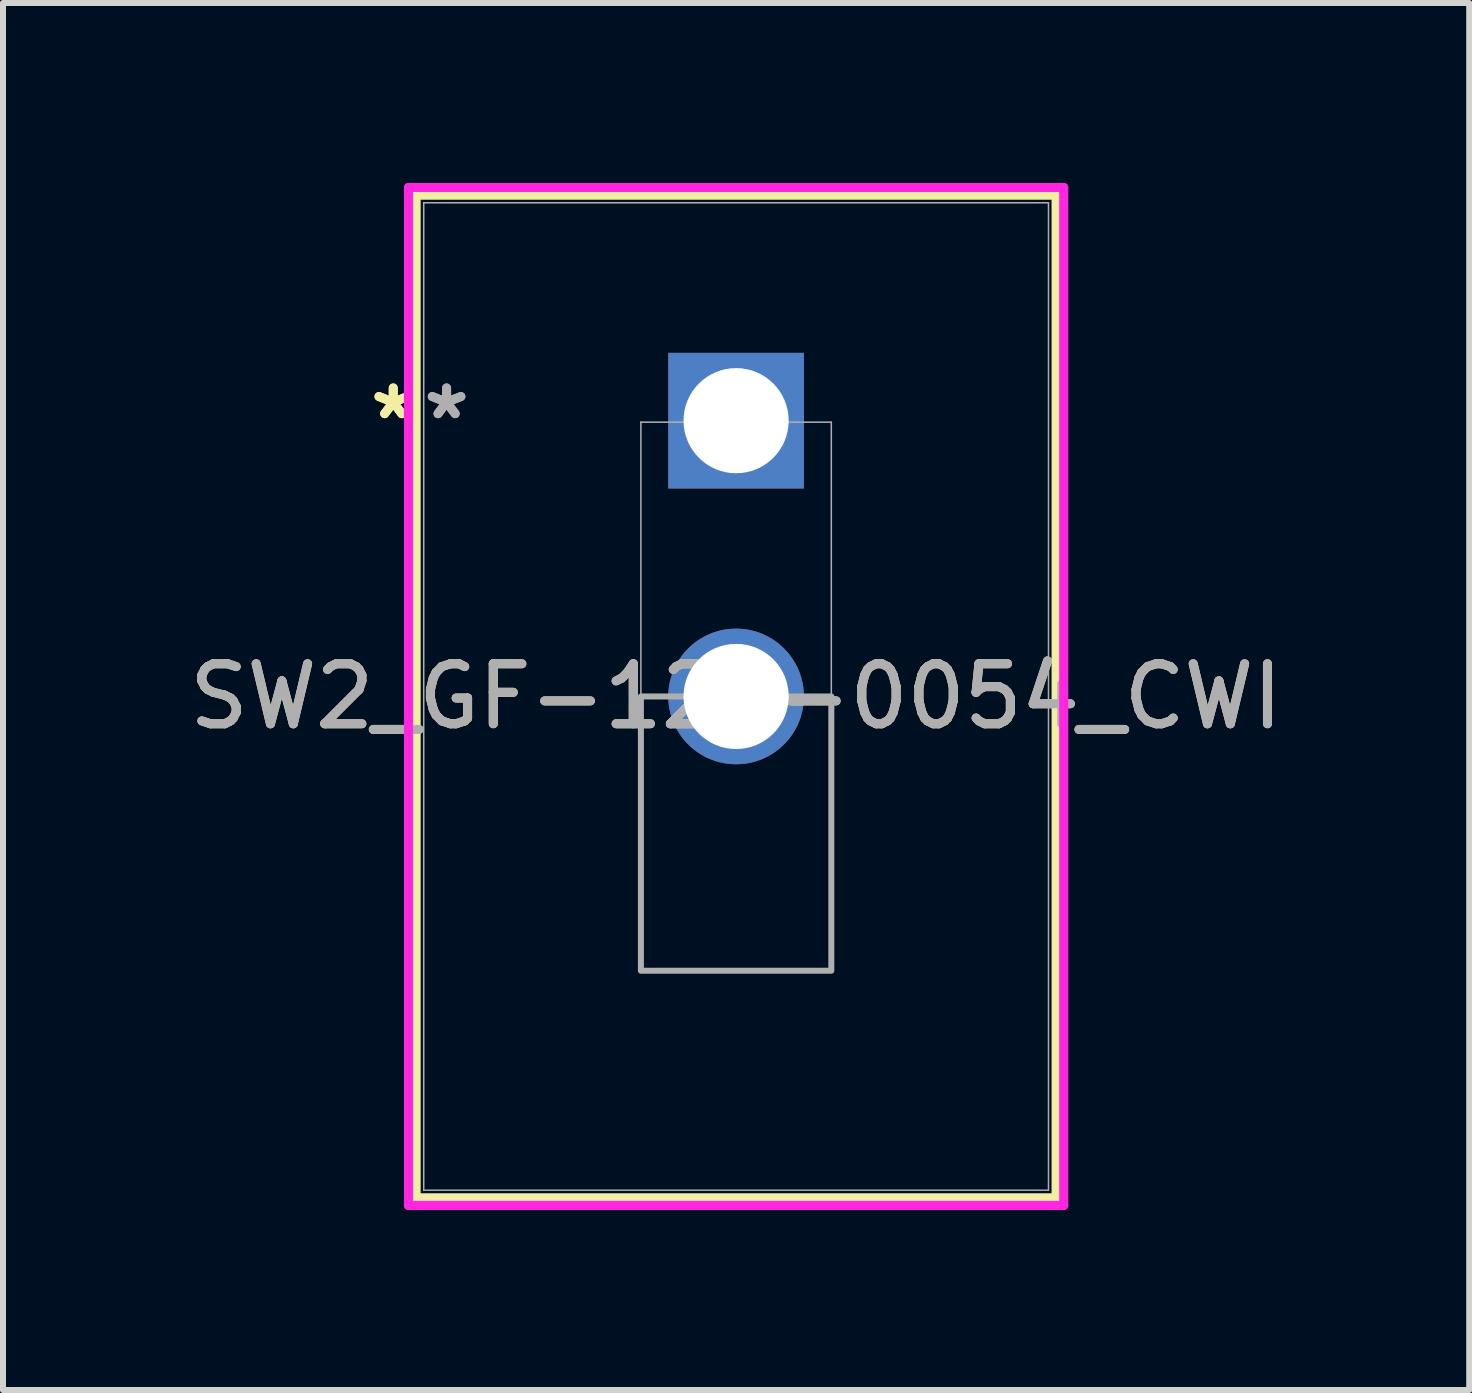
<source format=kicad_pcb>
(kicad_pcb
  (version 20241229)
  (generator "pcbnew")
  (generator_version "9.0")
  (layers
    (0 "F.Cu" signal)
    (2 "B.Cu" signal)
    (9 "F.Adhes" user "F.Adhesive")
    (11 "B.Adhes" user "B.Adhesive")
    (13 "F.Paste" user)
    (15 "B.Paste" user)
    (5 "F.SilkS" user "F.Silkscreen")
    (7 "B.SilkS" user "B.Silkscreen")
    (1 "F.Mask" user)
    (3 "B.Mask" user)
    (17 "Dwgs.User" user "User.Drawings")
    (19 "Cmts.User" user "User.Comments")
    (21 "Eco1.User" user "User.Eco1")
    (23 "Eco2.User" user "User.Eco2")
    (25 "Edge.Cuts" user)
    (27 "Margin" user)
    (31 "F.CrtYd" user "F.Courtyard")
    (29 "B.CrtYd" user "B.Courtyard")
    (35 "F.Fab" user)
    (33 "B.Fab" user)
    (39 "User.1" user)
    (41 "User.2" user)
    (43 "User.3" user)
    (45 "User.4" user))
  (footprint "SW2_GF-123-0054_CWI"
    (layer "F.Cu")
    (at 9.22 3.962)
    (property "Reference" "SW2_GF-123-0054_CWI" (at 0 4.597 0) (unlocked yes) (layer "F.SilkS") (effects (font (size 1 1) (thickness 0.15))))
    (attr through_hole)
    (fp_line (start -5.334 -3.759) (end -5.334 12.954) (stroke (width 0.152) (type solid)) (layer "F.SilkS"))
    (fp_line (start -5.334 12.954) (end 5.334 12.954) (stroke (width 0.152) (type solid)) (layer "F.SilkS"))
    (fp_line (start 5.334 -3.759) (end -5.334 -3.759) (stroke (width 0.152) (type solid)) (layer "F.SilkS"))
    (fp_line (start 5.334 12.954) (end 5.334 -3.759) (stroke (width 0.152) (type solid)) (layer "F.SilkS"))
    (fp_line (start -5.461 -3.886) (end -5.461 13.081) (stroke (width 0.152) (type solid)) (layer "F.CrtYd"))
    (fp_line (start -5.461 13.081) (end 5.461 13.081) (stroke (width 0.152) (type solid)) (layer "F.CrtYd"))
    (fp_line (start 5.461 -3.886) (end -5.461 -3.886) (stroke (width 0.152) (type solid)) (layer "F.CrtYd"))
    (fp_line (start 5.461 13.081) (end 5.461 -3.886) (stroke (width 0.152) (type solid)) (layer "F.CrtYd"))
    (fp_line (start -5.207 -3.632) (end -5.207 12.827) (stroke (width 0.025) (type solid)) (layer "F.Fab"))
    (fp_line (start -5.207 12.827) (end 5.207 12.827) (stroke (width 0.025) (type solid)) (layer "F.Fab"))
    (fp_line (start -1.587 0.025) (end 1.587 0.025) (stroke (width 0.025) (type solid)) (layer "F.Fab"))
    (fp_line (start -1.587 9.169) (end -1.587 0.025) (stroke (width 0.025) (type solid)) (layer "F.Fab"))
    (fp_line (start 1.587 0.025) (end 1.587 9.169) (stroke (width 0.025) (type solid)) (layer "F.Fab"))
    (fp_line (start 1.587 9.169) (end -1.587 9.169) (stroke (width 0.025) (type solid)) (layer "F.Fab"))
    (fp_line (start 5.207 -3.632) (end -5.207 -3.632) (stroke (width 0.025) (type solid)) (layer "F.Fab"))
    (fp_line (start 5.207 12.827) (end 5.207 -3.632) (stroke (width 0.025) (type solid)) (layer "F.Fab"))
    (fp_poly (pts (xy -1.587 9.169) (xy -1.587 4.597) (xy 1.587 4.597) (xy 1.587 9.169)) (stroke (width 0.1) (type solid)) (fill no) (layer "F.Fab"))
    (fp_text user "*" (at -5.715 0 0) (unlocked yes) (layer "F.SilkS") (effects (font (size 1 1) (thickness 0.15))))
    (fp_text user "*" (at -5.715 0 0) (layer "F.SilkS") (effects (font (size 1 1) (thickness 0.15))))
    (fp_text user "${REFERENCE}" (at 0 4.597 0) (unlocked yes) (layer "F.Fab") (effects (font (size 1 1) (thickness 0.15))))
    (fp_text user "*" (at -4.826 0 0) (unlocked yes) (layer "F.Fab") (effects (font (size 1 1) (thickness 0.15))))
    (fp_text user "*" (at -4.826 0 0) (layer "F.Fab") (effects (font (size 1 1) (thickness 0.15))))
    (pad "1" thru_hole rect (at 0 0) (size 2.261 2.261) (drill 1.753) (layers "*.Cu" "*.Mask"))
    (pad "2" thru_hole circle (at 0 4.597) (size 2.261 2.261) (drill 1.753) (layers "*.Cu" "*.Mask")))
  (gr_rect
    (start -3 -3)
    (end 21.44 20.12)
    (stroke (width 0.1) (type default))
    (fill no)
    (layer "Edge.Cuts")))
</source>
